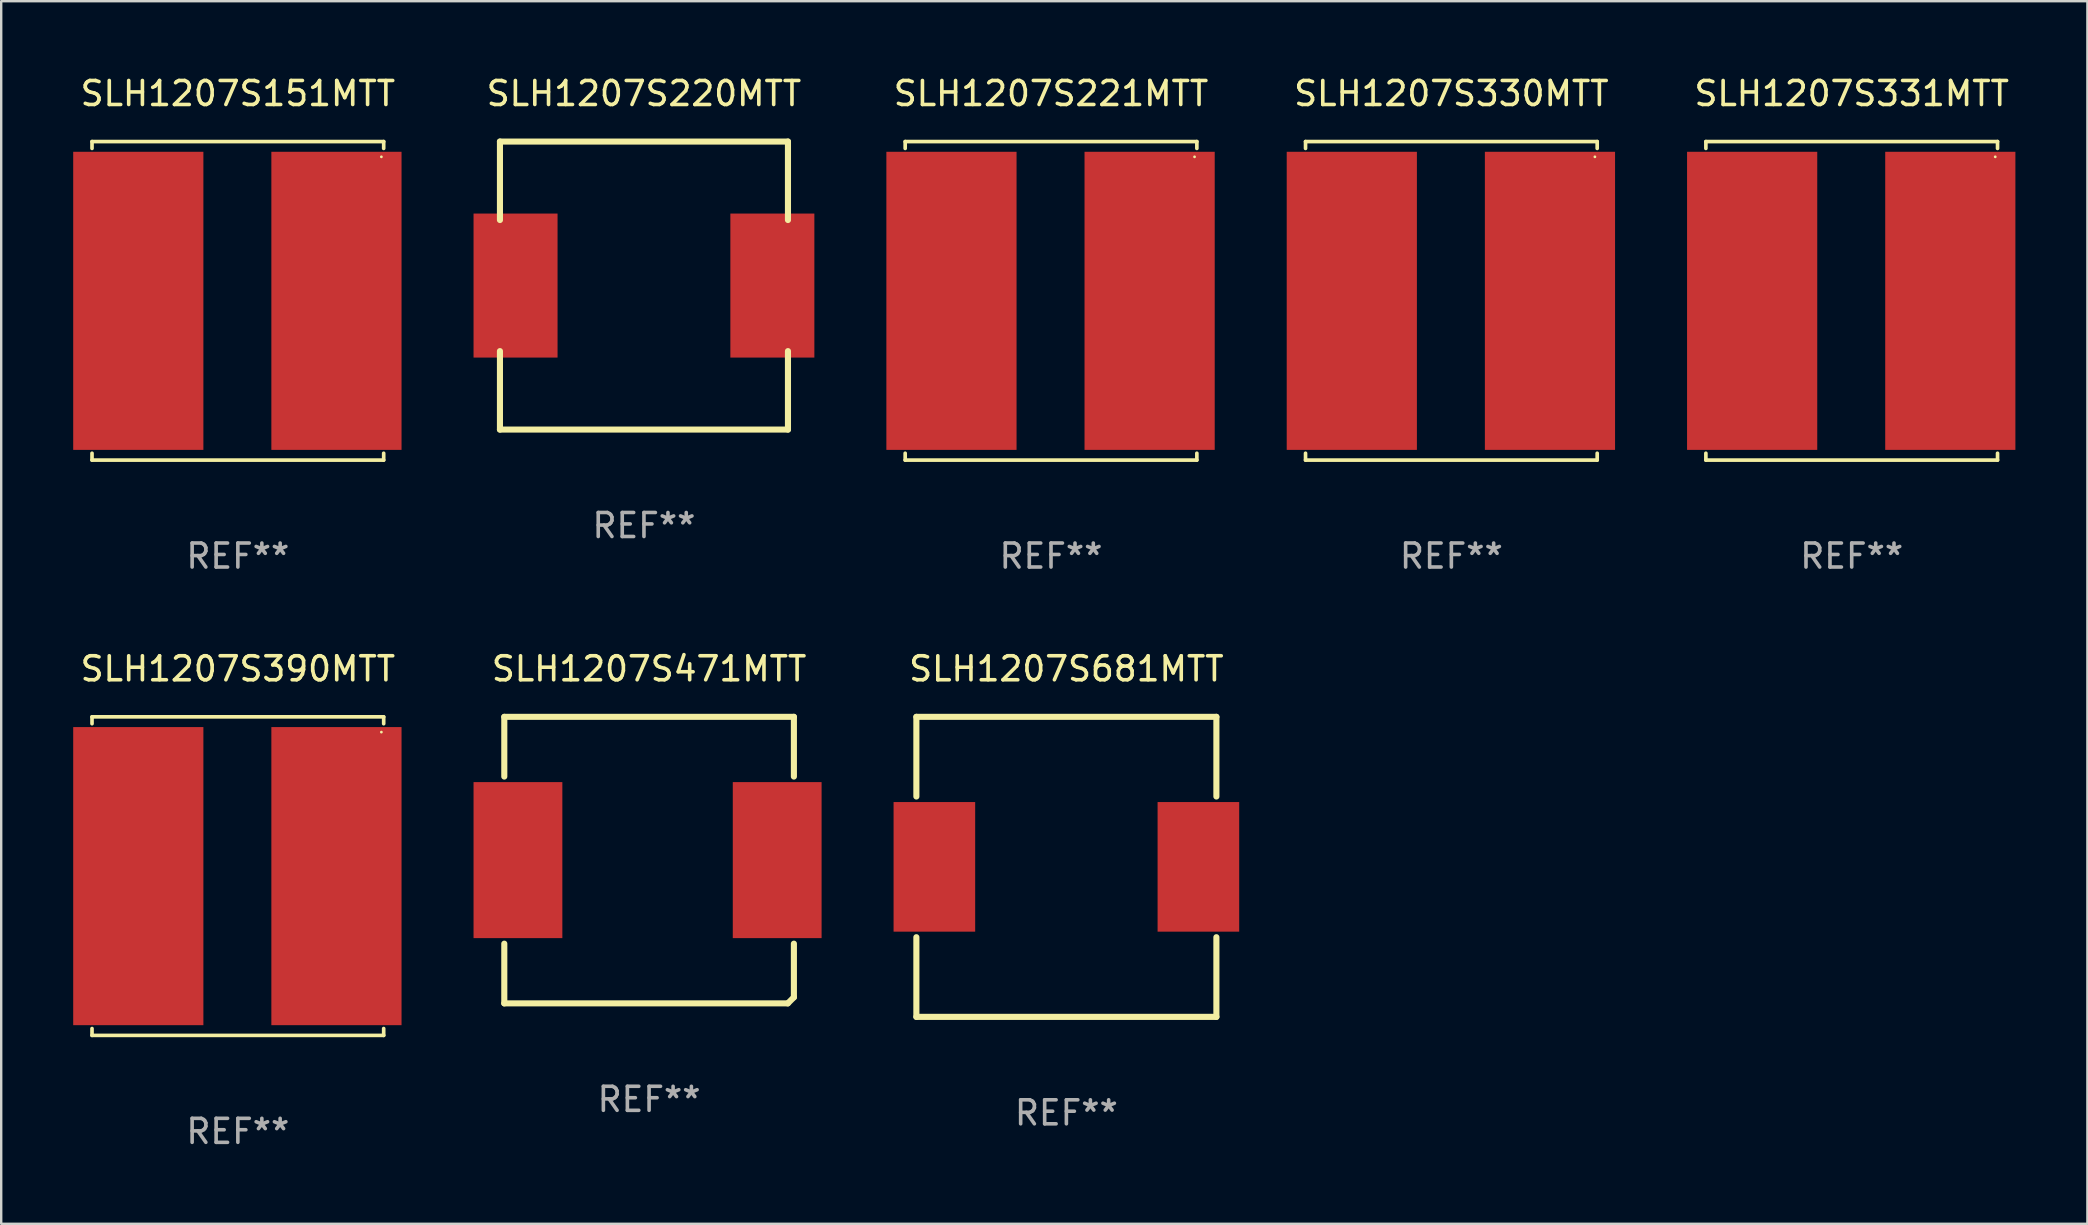
<source format=kicad_pcb>
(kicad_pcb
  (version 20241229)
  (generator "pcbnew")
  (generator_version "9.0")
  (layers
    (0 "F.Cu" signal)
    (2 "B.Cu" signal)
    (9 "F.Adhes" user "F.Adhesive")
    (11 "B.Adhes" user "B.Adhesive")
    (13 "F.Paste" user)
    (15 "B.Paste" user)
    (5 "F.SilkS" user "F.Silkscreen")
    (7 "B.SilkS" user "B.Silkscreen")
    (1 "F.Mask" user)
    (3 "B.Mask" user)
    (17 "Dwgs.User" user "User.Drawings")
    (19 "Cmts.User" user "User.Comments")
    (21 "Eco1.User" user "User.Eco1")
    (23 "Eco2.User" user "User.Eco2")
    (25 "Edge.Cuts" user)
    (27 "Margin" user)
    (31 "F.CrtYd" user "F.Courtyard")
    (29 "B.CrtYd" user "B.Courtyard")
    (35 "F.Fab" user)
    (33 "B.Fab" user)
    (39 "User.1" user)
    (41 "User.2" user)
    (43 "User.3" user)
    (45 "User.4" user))
  (footprint "SLH1207S681MTT"
    (layer "F.Cu")
    (at 41.38 33.067)
    (property "Reference" "SLH1207S681MTT" (at 0 -8.25 0) (layer "F.SilkS") (effects (font (size 1 1) (thickness 0.15))))
    (attr through_hole)
    (fp_line (start -6.25 -6.25) (end 6.25 -6.25) (stroke (width 0.254) (type solid)) (layer "F.SilkS"))
    (fp_line (start -6.25 -2.931) (end -6.25 -6.25) (stroke (width 0.254) (type solid)) (layer "F.SilkS"))
    (fp_line (start -6.25 6.25) (end -6.25 2.931) (stroke (width 0.254) (type solid)) (layer "F.SilkS"))
    (fp_line (start 6.25 -6.25) (end 6.25 -2.931) (stroke (width 0.254) (type solid)) (layer "F.SilkS"))
    (fp_line (start 6.25 2.931) (end 6.25 6.25) (stroke (width 0.254) (type solid)) (layer "F.SilkS"))
    (fp_line (start 6.25 6.25) (end -6.25 6.25) (stroke (width 0.254) (type solid)) (layer "F.SilkS"))
    (fp_circle (center -6.25 6.25) (end -6.22 6.25) (stroke (width 0.06) (type solid)) (fill no) (layer "F.SilkS"))
    (fp_text user "REF**" (at 0 10.25 0) (layer "F.Fab") (effects (font (size 1 1) (thickness 0.15))))
    (pad "1" smd rect (at -5.5 0) (size 3.4 5.4) (layers "F.Cu" "F.Mask" "F.Paste"))
    (pad "2" smd rect (at 5.5 0) (size 3.4 5.4) (layers "F.Cu" "F.Mask" "F.Paste")))
  (footprint "SLH1207S331MTT"
    (layer "F.Cu")
    (at 74.1 9.484)
    (property "Reference" "SLH1207S331MTT" (at 0 -8.636 0) (layer "F.SilkS") (effects (font (size 1 1) (thickness 0.15))))
    (attr through_hole)
    (fp_line (start -6.076 -6.636) (end -6.076 -6.35) (stroke (width 0.152) (type solid)) (layer "F.SilkS"))
    (fp_line (start -6.076 6.636) (end -6.076 6.35) (stroke (width 0.152) (type solid)) (layer "F.SilkS"))
    (fp_line (start 6.076 -6.636) (end -6.076 -6.636) (stroke (width 0.152) (type solid)) (layer "F.SilkS"))
    (fp_line (start 6.076 -6.35) (end 6.076 -6.636) (stroke (width 0.152) (type solid)) (layer "F.SilkS"))
    (fp_line (start 6.076 6.35) (end 6.076 6.636) (stroke (width 0.152) (type solid)) (layer "F.SilkS"))
    (fp_line (start 6.076 6.636) (end -6.076 6.636) (stroke (width 0.152) (type solid)) (layer "F.SilkS"))
    (fp_circle (center 5.98 -6) (end 6.01 -6) (stroke (width 0.06) (type solid)) (fill no) (layer "F.SilkS"))
    (fp_text user "REF**" (at 0 10.636 0) (layer "F.Fab") (effects (font (size 1 1) (thickness 0.15))))
    (pad "1" smd rect (at 4.108 0) (size 5.424 12.42) (layers "F.Cu" "F.Mask" "F.Paste"))
    (pad "2" smd rect (at -4.148 0) (size 5.424 12.42) (layers "F.Cu" "F.Mask" "F.Paste")))
  (footprint "SLH1207S220MTT"
    (layer "F.Cu")
    (at 23.78 8.848)
    (property "Reference" "SLH1207S220MTT" (at 0 -8 0) (layer "F.SilkS") (effects (font (size 1 1) (thickness 0.15))))
    (attr through_hole)
    (fp_line (start -6 -6) (end 6 -6) (stroke (width 0.254) (type solid)) (layer "F.SilkS"))
    (fp_line (start -6 -2.731) (end -6 -6) (stroke (width 0.254) (type solid)) (layer "F.SilkS"))
    (fp_line (start -6 6) (end -6 2.731) (stroke (width 0.254) (type solid)) (layer "F.SilkS"))
    (fp_line (start -6 6) (end 6 6) (stroke (width 0.254) (type solid)) (layer "F.SilkS"))
    (fp_line (start 6 -2.731) (end 6 -6) (stroke (width 0.254) (type solid)) (layer "F.SilkS"))
    (fp_line (start 6 6) (end 6 2.731) (stroke (width 0.254) (type solid)) (layer "F.SilkS"))
    (fp_circle (center -6 6) (end -5.97 6) (stroke (width 0.06) (type solid)) (fill no) (layer "F.SilkS"))
    (fp_text user "REF**" (at 0 10 0) (layer "F.Fab") (effects (font (size 1 1) (thickness 0.15))))
    (pad "1" smd rect (at -5.35 0) (size 3.5 6) (layers "F.Cu" "F.Mask" "F.Paste"))
    (pad "2" smd rect (at 5.35 0) (size 3.5 6) (layers "F.Cu" "F.Mask" "F.Paste")))
  (footprint "SLH1207S221MTT"
    (layer "F.Cu")
    (at 40.74 9.484)
    (property "Reference" "SLH1207S221MTT" (at 0 -8.636 0) (layer "F.SilkS") (effects (font (size 1 1) (thickness 0.15))))
    (attr through_hole)
    (fp_line (start -6.076 -6.636) (end -6.076 -6.35) (stroke (width 0.152) (type solid)) (layer "F.SilkS"))
    (fp_line (start -6.076 6.636) (end -6.076 6.35) (stroke (width 0.152) (type solid)) (layer "F.SilkS"))
    (fp_line (start 6.076 -6.636) (end -6.076 -6.636) (stroke (width 0.152) (type solid)) (layer "F.SilkS"))
    (fp_line (start 6.076 -6.35) (end 6.076 -6.636) (stroke (width 0.152) (type solid)) (layer "F.SilkS"))
    (fp_line (start 6.076 6.35) (end 6.076 6.636) (stroke (width 0.152) (type solid)) (layer "F.SilkS"))
    (fp_line (start 6.076 6.636) (end -6.076 6.636) (stroke (width 0.152) (type solid)) (layer "F.SilkS"))
    (fp_circle (center 5.98 -6) (end 6.01 -6) (stroke (width 0.06) (type solid)) (fill no) (layer "F.SilkS"))
    (fp_text user "REF**" (at 0 10.636 0) (layer "F.Fab") (effects (font (size 1 1) (thickness 0.15))))
    (pad "1" smd rect (at 4.108 0) (size 5.424 12.42) (layers "F.Cu" "F.Mask" "F.Paste"))
    (pad "2" smd rect (at -4.148 0) (size 5.424 12.42) (layers "F.Cu" "F.Mask" "F.Paste")))
  (footprint "SLH1207S151MTT"
    (layer "F.Cu")
    (at 6.86 9.484)
    (property "Reference" "SLH1207S151MTT" (at 0 -8.636 0) (layer "F.SilkS") (effects (font (size 1 1) (thickness 0.15))))
    (attr through_hole)
    (fp_line (start -6.076 -6.636) (end -6.076 -6.35) (stroke (width 0.152) (type solid)) (layer "F.SilkS"))
    (fp_line (start -6.076 6.636) (end -6.076 6.35) (stroke (width 0.152) (type solid)) (layer "F.SilkS"))
    (fp_line (start 6.076 -6.636) (end -6.076 -6.636) (stroke (width 0.152) (type solid)) (layer "F.SilkS"))
    (fp_line (start 6.076 -6.35) (end 6.076 -6.636) (stroke (width 0.152) (type solid)) (layer "F.SilkS"))
    (fp_line (start 6.076 6.35) (end 6.076 6.636) (stroke (width 0.152) (type solid)) (layer "F.SilkS"))
    (fp_line (start 6.076 6.636) (end -6.076 6.636) (stroke (width 0.152) (type solid)) (layer "F.SilkS"))
    (fp_circle (center 5.98 -6) (end 6.01 -6) (stroke (width 0.06) (type solid)) (fill no) (layer "F.SilkS"))
    (fp_text user "REF**" (at 0 10.636 0) (layer "F.Fab") (effects (font (size 1 1) (thickness 0.15))))
    (pad "1" smd rect (at 4.108 0) (size 5.424 12.42) (layers "F.Cu" "F.Mask" "F.Paste"))
    (pad "2" smd rect (at -4.148 0) (size 5.424 12.42) (layers "F.Cu" "F.Mask" "F.Paste")))
  (footprint "SLH1207S471MTT"
    (layer "F.Cu")
    (at 23.994 32.786)
    (property "Reference" "SLH1207S471MTT" (at 0 -7.969 0) (layer "F.SilkS") (effects (font (size 1 1) (thickness 0.15))))
    (attr through_hole)
    (fp_line (start -6.033 -5.969) (end 6.033 -5.969) (stroke (width 0.254) (type solid)) (layer "F.SilkS"))
    (fp_line (start -6.033 -3.481) (end -6.033 -5.969) (stroke (width 0.254) (type solid)) (layer "F.SilkS"))
    (fp_line (start -6.033 5.969) (end -6.033 3.481) (stroke (width 0.254) (type solid)) (layer "F.SilkS"))
    (fp_line (start 5.779 5.969) (end -6.033 5.969) (stroke (width 0.254) (type solid)) (layer "F.SilkS"))
    (fp_line (start 6.033 -5.969) (end 6.033 -3.481) (stroke (width 0.254) (type solid)) (layer "F.SilkS"))
    (fp_line (start 6.033 3.481) (end 6.033 5.715) (stroke (width 0.254) (type solid)) (layer "F.SilkS"))
    (fp_line (start 6.033 5.715) (end 5.779 5.969) (stroke (width 0.254) (type solid)) (layer "F.SilkS"))
    (fp_circle (center 5.936 -6) (end 5.966 -6) (stroke (width 0.06) (type solid)) (fill no) (layer "F.SilkS"))
    (fp_text user "REF**" (at 0 9.969 0) (layer "F.Fab") (effects (font (size 1 1) (thickness 0.15))))
    (pad "1" smd rect (at 5.337 0) (size 3.7 6.5) (layers "F.Cu" "F.Mask" "F.Paste"))
    (pad "2" smd rect (at -5.464 0) (size 3.7 6.5) (layers "F.Cu" "F.Mask" "F.Paste")))
  (footprint "SLH1207S390MTT"
    (layer "F.Cu")
    (at 6.86 33.453)
    (property "Reference" "SLH1207S390MTT" (at 0 -8.636 0) (layer "F.SilkS") (effects (font (size 1 1) (thickness 0.15))))
    (attr through_hole)
    (fp_line (start -6.076 -6.636) (end -6.076 -6.35) (stroke (width 0.152) (type solid)) (layer "F.SilkS"))
    (fp_line (start -6.076 6.636) (end -6.076 6.35) (stroke (width 0.152) (type solid)) (layer "F.SilkS"))
    (fp_line (start 6.076 -6.636) (end -6.076 -6.636) (stroke (width 0.152) (type solid)) (layer "F.SilkS"))
    (fp_line (start 6.076 -6.35) (end 6.076 -6.636) (stroke (width 0.152) (type solid)) (layer "F.SilkS"))
    (fp_line (start 6.076 6.35) (end 6.076 6.636) (stroke (width 0.152) (type solid)) (layer "F.SilkS"))
    (fp_line (start 6.076 6.636) (end -6.076 6.636) (stroke (width 0.152) (type solid)) (layer "F.SilkS"))
    (fp_circle (center 5.98 -6) (end 6.01 -6) (stroke (width 0.06) (type solid)) (fill no) (layer "F.SilkS"))
    (fp_text user "REF**" (at 0 10.636 0) (layer "F.Fab") (effects (font (size 1 1) (thickness 0.15))))
    (pad "1" smd rect (at 4.108 0) (size 5.424 12.42) (layers "F.Cu" "F.Mask" "F.Paste"))
    (pad "2" smd rect (at -4.148 0) (size 5.424 12.42) (layers "F.Cu" "F.Mask" "F.Paste")))
  (footprint "SLH1207S330MTT"
    (layer "F.Cu")
    (at 57.42 9.484)
    (property "Reference" "SLH1207S330MTT" (at 0 -8.636 0) (layer "F.SilkS") (effects (font (size 1 1) (thickness 0.15))))
    (attr through_hole)
    (fp_line (start -6.076 -6.636) (end -6.076 -6.35) (stroke (width 0.152) (type solid)) (layer "F.SilkS"))
    (fp_line (start -6.076 6.636) (end -6.076 6.35) (stroke (width 0.152) (type solid)) (layer "F.SilkS"))
    (fp_line (start 6.076 -6.636) (end -6.076 -6.636) (stroke (width 0.152) (type solid)) (layer "F.SilkS"))
    (fp_line (start 6.076 -6.35) (end 6.076 -6.636) (stroke (width 0.152) (type solid)) (layer "F.SilkS"))
    (fp_line (start 6.076 6.35) (end 6.076 6.636) (stroke (width 0.152) (type solid)) (layer "F.SilkS"))
    (fp_line (start 6.076 6.636) (end -6.076 6.636) (stroke (width 0.152) (type solid)) (layer "F.SilkS"))
    (fp_circle (center 5.98 -6) (end 6.01 -6) (stroke (width 0.06) (type solid)) (fill no) (layer "F.SilkS"))
    (fp_text user "REF**" (at 0 10.636 0) (layer "F.Fab") (effects (font (size 1 1) (thickness 0.15))))
    (pad "1" smd rect (at 4.108 0) (size 5.424 12.42) (layers "F.Cu" "F.Mask" "F.Paste"))
    (pad "2" smd rect (at -4.148 0) (size 5.424 12.42) (layers "F.Cu" "F.Mask" "F.Paste")))
  (gr_rect
    (start -3 -3)
    (end 83.92 47.938)
    (stroke (width 0.1) (type default))
    (fill no)
    (layer "Edge.Cuts")))
</source>
